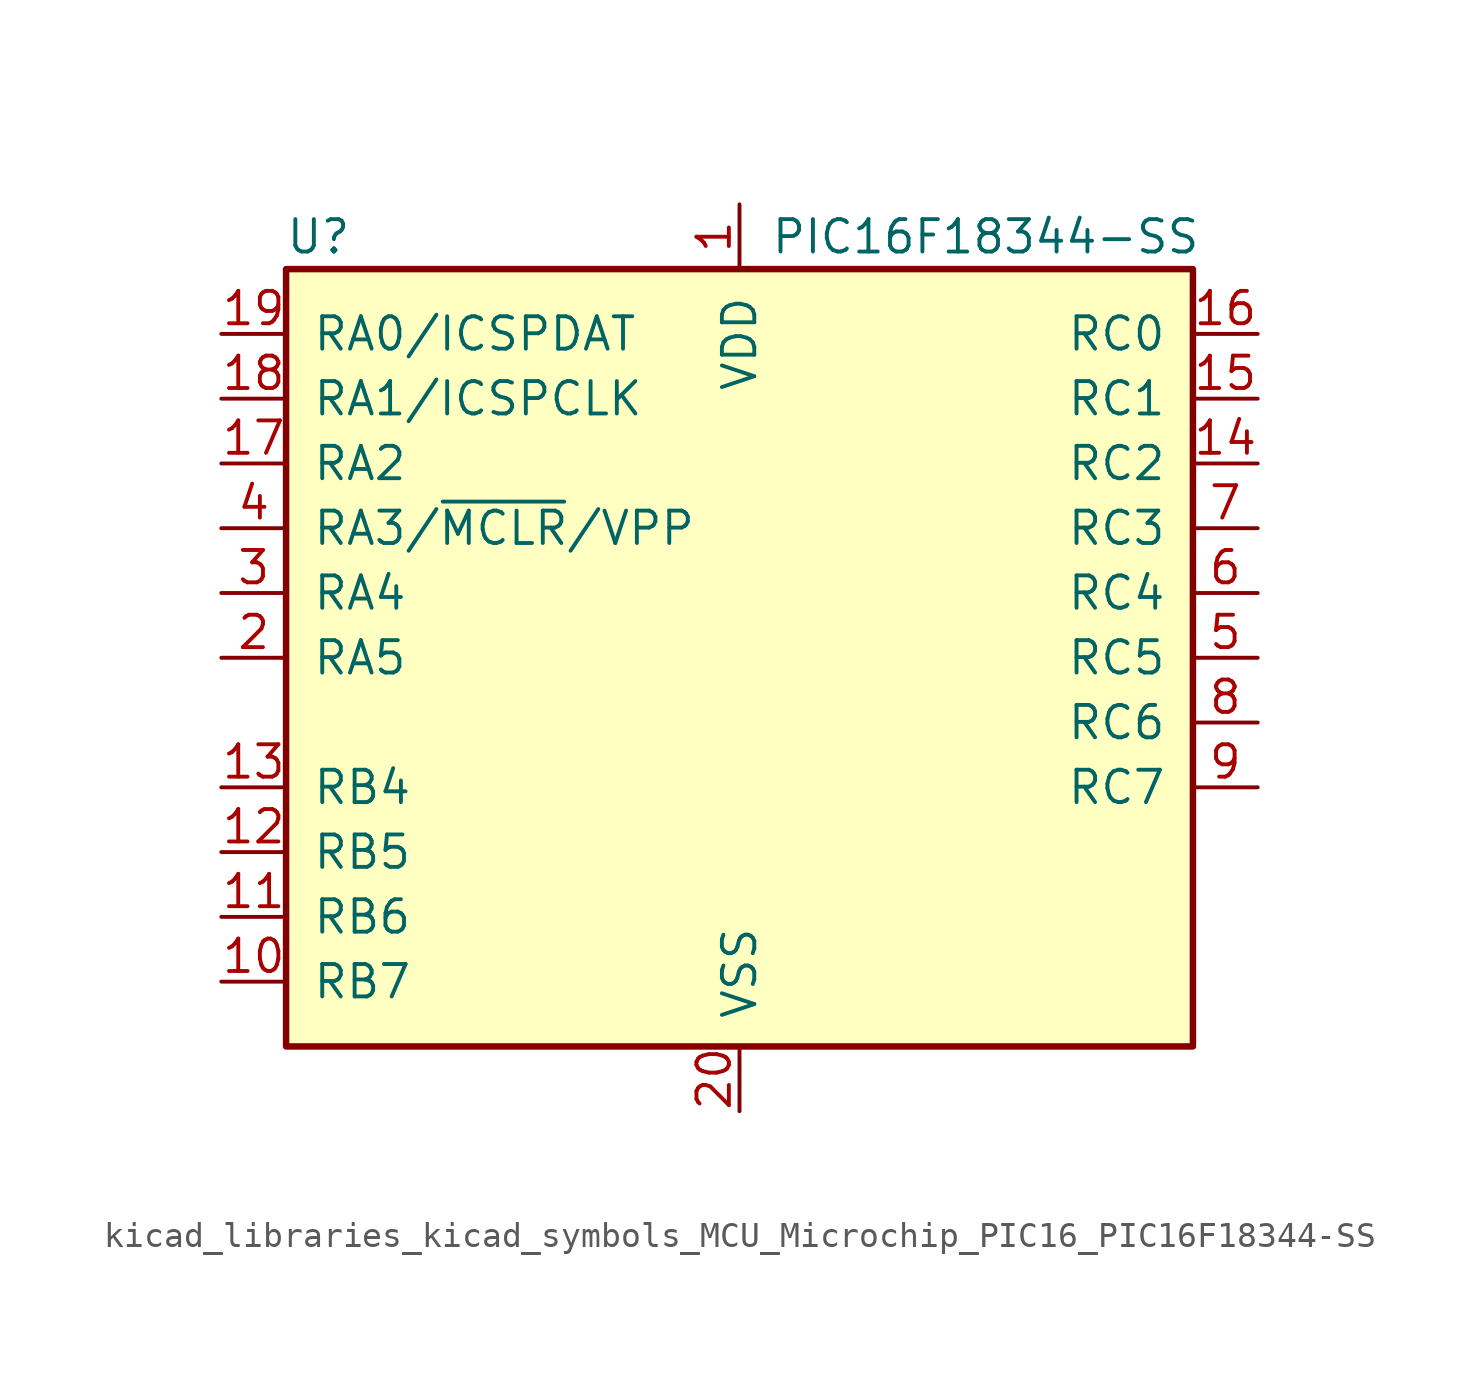
<source format=kicad_sym>
(kicad_symbol_lib
  (version 20220914)
  (generator kicad_symbol_editor)
  (symbol "kicad_libraries_kicad_symbols_MCU_Microchip_PIC16_PIC16F18344-SS"
    (pin_names
      (offset 1.016))
    (property "Reference" "U"
      (at -16.51 16.51 0)
      (effects (font (size 1.27 1.27))))
    (property "Value" "PIC16F18344-SS"
      (at 9.652 16.51 0)
      (effects (font (size 1.27 1.27))))
    (symbol "kicad_libraries_kicad_symbols_MCU_Microchip_PIC16_PIC16F18344-SS_0_1"
      (rectangle (start -17.78 15.24) (end 17.78 -15.24) (stroke (width 0.254) (type default)) (fill (type background))))
    (symbol "kicad_libraries_kicad_symbols_MCU_Microchip_PIC16_PIC16F18344-SS_1_1"
      (pin power_in line (at 0 17.78 270) (length 2.54) (name "VDD" (effects (font (size 1.27 1.27)))) (number "1" (effects (font (size 1.27 1.27)))))
      (pin bidirectional line (at -20.32 -12.7 0) (length 2.54) (name "RB7" (effects (font (size 1.27 1.27)))) (number "10" (effects (font (size 1.27 1.27)))))
      (pin bidirectional line (at -20.32 -10.16 0) (length 2.54) (name "RB6" (effects (font (size 1.27 1.27)))) (number "11" (effects (font (size 1.27 1.27)))))
      (pin bidirectional line (at -20.32 -7.62 0) (length 2.54) (name "RB5" (effects (font (size 1.27 1.27)))) (number "12" (effects (font (size 1.27 1.27)))))
      (pin bidirectional line (at -20.32 -5.08 0) (length 2.54) (name "RB4" (effects (font (size 1.27 1.27)))) (number "13" (effects (font (size 1.27 1.27)))))
      (pin bidirectional line (at 20.32 7.62 180) (length 2.54) (name "RC2" (effects (font (size 1.27 1.27)))) (number "14" (effects (font (size 1.27 1.27)))))
      (pin bidirectional line (at 20.32 10.16 180) (length 2.54) (name "RC1" (effects (font (size 1.27 1.27)))) (number "15" (effects (font (size 1.27 1.27)))))
      (pin bidirectional line (at 20.32 12.7 180) (length 2.54) (name "RC0" (effects (font (size 1.27 1.27)))) (number "16" (effects (font (size 1.27 1.27)))))
      (pin bidirectional line (at -20.32 7.62 0) (length 2.54) (name "RA2" (effects (font (size 1.27 1.27)))) (number "17" (effects (font (size 1.27 1.27)))))
      (pin bidirectional line (at -20.32 10.16 0) (length 2.54) (name "RA1/ICSPCLK" (effects (font (size 1.27 1.27)))) (number "18" (effects (font (size 1.27 1.27)))))
      (pin bidirectional line (at -20.32 12.7 0) (length 2.54) (name "RA0/ICSPDAT" (effects (font (size 1.27 1.27)))) (number "19" (effects (font (size 1.27 1.27)))))
      (pin bidirectional line (at -20.32 0 0) (length 2.54) (name "RA5" (effects (font (size 1.27 1.27)))) (number "2" (effects (font (size 1.27 1.27)))))
      (pin power_in line (at 0 -17.78 90) (length 2.54) (name "VSS" (effects (font (size 1.27 1.27)))) (number "20" (effects (font (size 1.27 1.27)))))
      (pin bidirectional line (at -20.32 2.54 0) (length 2.54) (name "RA4" (effects (font (size 1.27 1.27)))) (number "3" (effects (font (size 1.27 1.27)))))
      (pin bidirectional line (at -20.32 5.08 0) (length 2.54) (name "RA3/~{MCLR}/VPP" (effects (font (size 1.27 1.27)))) (number "4" (effects (font (size 1.27 1.27)))))
      (pin bidirectional line (at 20.32 0 180) (length 2.54) (name "RC5" (effects (font (size 1.27 1.27)))) (number "5" (effects (font (size 1.27 1.27)))))
      (pin bidirectional line (at 20.32 2.54 180) (length 2.54) (name "RC4" (effects (font (size 1.27 1.27)))) (number "6" (effects (font (size 1.27 1.27)))))
      (pin bidirectional line (at 20.32 5.08 180) (length 2.54) (name "RC3" (effects (font (size 1.27 1.27)))) (number "7" (effects (font (size 1.27 1.27)))))
      (pin bidirectional line (at 20.32 -2.54 180) (length 2.54) (name "RC6" (effects (font (size 1.27 1.27)))) (number "8" (effects (font (size 1.27 1.27)))))
      (pin bidirectional line (at 20.32 -5.08 180) (length 2.54) (name "RC7" (effects (font (size 1.27 1.27)))) (number "9" (effects (font (size 1.27 1.27))))))))
</source>
